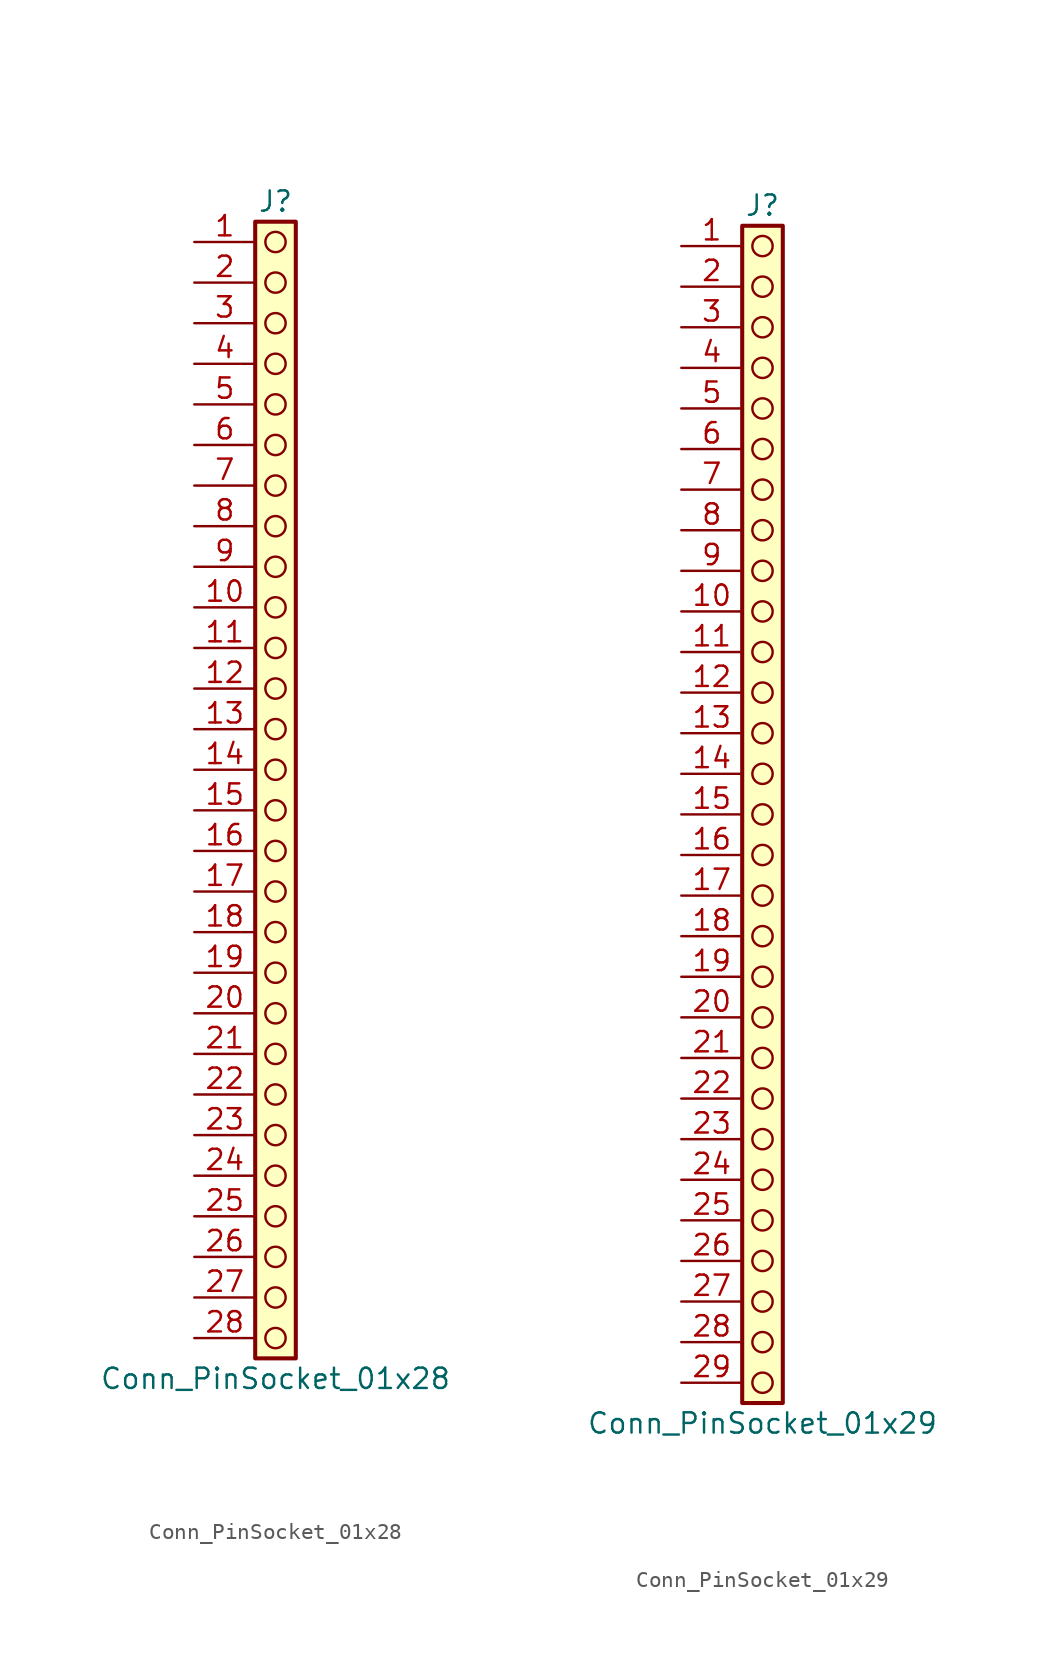
<source format=kicad_sym>
(kicad_symbol_lib
  (version 20241209)
  (generator "kicad_symbol_editor")
  (generator_version "9.0")
  (symbol "Conn_PinSocket_01x28"
    (pin_names
      (offset 1.016)
      (hide yes))
    (property "Reference" "J"
      (at 0 35.56 0)
      (effects (font (size 1.27 1.27))))
    (property "Value" "Conn_PinSocket_01x28"
      (at 0 -38.1 0)
      (effects (font (size 1.27 1.27))))
    (symbol "Conn_PinSocket_01x28_1_1"
      (rectangle (start -1.27 34.29) (end 1.27 -36.83) (stroke (width 0.254) (type default)) (fill (type background)))
      (circle (center 0 33.02) (radius 0.635) (stroke (width 0) (type solid) (color 132 0 0 1)) (fill (type none)))
      (circle (center 0 30.48) (radius 0.635) (stroke (width 0) (type solid) (color 132 0 0 1)) (fill (type none)))
      (circle (center 0 27.94) (radius 0.635) (stroke (width 0) (type solid) (color 132 0 0 1)) (fill (type none)))
      (circle (center 0 25.4) (radius 0.635) (stroke (width 0) (type solid) (color 132 0 0 1)) (fill (type none)))
      (circle (center 0 22.86) (radius 0.635) (stroke (width 0) (type solid) (color 132 0 0 1)) (fill (type none)))
      (circle (center 0 20.32) (radius 0.635) (stroke (width 0) (type solid) (color 132 0 0 1)) (fill (type none)))
      (circle (center 0 17.78) (radius 0.635) (stroke (width 0) (type solid) (color 132 0 0 1)) (fill (type none)))
      (circle (center 0 15.24) (radius 0.635) (stroke (width 0) (type solid) (color 132 0 0 1)) (fill (type none)))
      (circle (center 0 12.7) (radius 0.635) (stroke (width 0) (type solid) (color 132 0 0 1)) (fill (type none)))
      (circle (center 0 10.16) (radius 0.635) (stroke (width 0) (type solid) (color 132 0 0 1)) (fill (type none)))
      (circle (center 0 7.62) (radius 0.635) (stroke (width 0) (type solid) (color 132 0 0 1)) (fill (type none)))
      (circle (center 0 5.08) (radius 0.635) (stroke (width 0) (type solid) (color 132 0 0 1)) (fill (type none)))
      (circle (center 0 2.54) (radius 0.635) (stroke (width 0) (type solid) (color 132 0 0 1)) (fill (type none)))
      (circle (center 0 0) (radius 0.635) (stroke (width 0) (type solid) (color 132 0 0 1)) (fill (type none)))
      (circle (center 0 -2.54) (radius 0.635) (stroke (width 0) (type solid) (color 132 0 0 1)) (fill (type none)))
      (circle (center 0 -5.08) (radius 0.635) (stroke (width 0) (type solid) (color 132 0 0 1)) (fill (type none)))
      (circle (center 0 -7.62) (radius 0.635) (stroke (width 0) (type solid) (color 132 0 0 1)) (fill (type none)))
      (circle (center 0 -10.16) (radius 0.635) (stroke (width 0) (type solid) (color 132 0 0 1)) (fill (type none)))
      (circle (center 0 -12.7) (radius 0.635) (stroke (width 0) (type solid) (color 132 0 0 1)) (fill (type none)))
      (circle (center 0 -15.24) (radius 0.635) (stroke (width 0) (type solid) (color 132 0 0 1)) (fill (type none)))
      (circle (center 0 -17.78) (radius 0.635) (stroke (width 0) (type solid) (color 132 0 0 1)) (fill (type none)))
      (circle (center 0 -20.32) (radius 0.635) (stroke (width 0) (type solid) (color 132 0 0 1)) (fill (type none)))
      (circle (center 0 -22.86) (radius 0.635) (stroke (width 0) (type solid) (color 132 0 0 1)) (fill (type none)))
      (circle (center 0 -25.4) (radius 0.635) (stroke (width 0) (type solid) (color 132 0 0 1)) (fill (type none)))
      (circle (center 0 -27.94) (radius 0.635) (stroke (width 0) (type solid) (color 132 0 0 1)) (fill (type none)))
      (circle (center 0 -30.48) (radius 0.635) (stroke (width 0) (type solid) (color 132 0 0 1)) (fill (type none)))
      (circle (center 0 -33.02) (radius 0.635) (stroke (width 0) (type solid) (color 132 0 0 1)) (fill (type none)))
      (circle (center 0 -35.56) (radius 0.635) (stroke (width 0) (type solid) (color 132 0 0 1)) (fill (type none)))
      (pin passive line (at -5.08 33.02 0) (length 3.81) (name "Pin_1" (effects (font (size 1.27 1.27)))) (number "1" (effects (font (size 1.27 1.27)))))
      (pin passive line (at -5.08 30.48 0) (length 3.81) (name "Pin_2" (effects (font (size 1.27 1.27)))) (number "2" (effects (font (size 1.27 1.27)))))
      (pin passive line (at -5.08 27.94 0) (length 3.81) (name "Pin_3" (effects (font (size 1.27 1.27)))) (number "3" (effects (font (size 1.27 1.27)))))
      (pin passive line (at -5.08 25.4 0) (length 3.81) (name "Pin_4" (effects (font (size 1.27 1.27)))) (number "4" (effects (font (size 1.27 1.27)))))
      (pin passive line (at -5.08 22.86 0) (length 3.81) (name "Pin_5" (effects (font (size 1.27 1.27)))) (number "5" (effects (font (size 1.27 1.27)))))
      (pin passive line (at -5.08 20.32 0) (length 3.81) (name "Pin_6" (effects (font (size 1.27 1.27)))) (number "6" (effects (font (size 1.27 1.27)))))
      (pin passive line (at -5.08 17.78 0) (length 3.81) (name "Pin_7" (effects (font (size 1.27 1.27)))) (number "7" (effects (font (size 1.27 1.27)))))
      (pin passive line (at -5.08 15.24 0) (length 3.81) (name "Pin_8" (effects (font (size 1.27 1.27)))) (number "8" (effects (font (size 1.27 1.27)))))
      (pin passive line (at -5.08 12.7 0) (length 3.81) (name "Pin_9" (effects (font (size 1.27 1.27)))) (number "9" (effects (font (size 1.27 1.27)))))
      (pin passive line (at -5.08 10.16 0) (length 3.81) (name "Pin_10" (effects (font (size 1.27 1.27)))) (number "10" (effects (font (size 1.27 1.27)))))
      (pin passive line (at -5.08 7.62 0) (length 3.81) (name "Pin_11" (effects (font (size 1.27 1.27)))) (number "11" (effects (font (size 1.27 1.27)))))
      (pin passive line (at -5.08 5.08 0) (length 3.81) (name "Pin_12" (effects (font (size 1.27 1.27)))) (number "12" (effects (font (size 1.27 1.27)))))
      (pin passive line (at -5.08 2.54 0) (length 3.81) (name "Pin_13" (effects (font (size 1.27 1.27)))) (number "13" (effects (font (size 1.27 1.27)))))
      (pin passive line (at -5.08 0 0) (length 3.81) (name "Pin_14" (effects (font (size 1.27 1.27)))) (number "14" (effects (font (size 1.27 1.27)))))
      (pin passive line (at -5.08 -2.54 0) (length 3.81) (name "Pin_15" (effects (font (size 1.27 1.27)))) (number "15" (effects (font (size 1.27 1.27)))))
      (pin passive line (at -5.08 -5.08 0) (length 3.81) (name "Pin_16" (effects (font (size 1.27 1.27)))) (number "16" (effects (font (size 1.27 1.27)))))
      (pin passive line (at -5.08 -7.62 0) (length 3.81) (name "Pin_17" (effects (font (size 1.27 1.27)))) (number "17" (effects (font (size 1.27 1.27)))))
      (pin passive line (at -5.08 -10.16 0) (length 3.81) (name "Pin_18" (effects (font (size 1.27 1.27)))) (number "18" (effects (font (size 1.27 1.27)))))
      (pin passive line (at -5.08 -12.7 0) (length 3.81) (name "Pin_19" (effects (font (size 1.27 1.27)))) (number "19" (effects (font (size 1.27 1.27)))))
      (pin passive line (at -5.08 -15.24 0) (length 3.81) (name "Pin_20" (effects (font (size 1.27 1.27)))) (number "20" (effects (font (size 1.27 1.27)))))
      (pin passive line (at -5.08 -17.78 0) (length 3.81) (name "Pin_21" (effects (font (size 1.27 1.27)))) (number "21" (effects (font (size 1.27 1.27)))))
      (pin passive line (at -5.08 -20.32 0) (length 3.81) (name "Pin_22" (effects (font (size 1.27 1.27)))) (number "22" (effects (font (size 1.27 1.27)))))
      (pin passive line (at -5.08 -22.86 0) (length 3.81) (name "Pin_23" (effects (font (size 1.27 1.27)))) (number "23" (effects (font (size 1.27 1.27)))))
      (pin passive line (at -5.08 -25.4 0) (length 3.81) (name "Pin_24" (effects (font (size 1.27 1.27)))) (number "24" (effects (font (size 1.27 1.27)))))
      (pin passive line (at -5.08 -27.94 0) (length 3.81) (name "Pin_25" (effects (font (size 1.27 1.27)))) (number "25" (effects (font (size 1.27 1.27)))))
      (pin passive line (at -5.08 -30.48 0) (length 3.81) (name "Pin_26" (effects (font (size 1.27 1.27)))) (number "26" (effects (font (size 1.27 1.27)))))
      (pin passive line (at -5.08 -33.02 0) (length 3.81) (name "Pin_27" (effects (font (size 1.27 1.27)))) (number "27" (effects (font (size 1.27 1.27)))))
      (pin passive line (at -5.08 -35.56 0) (length 3.81) (name "Pin_28" (effects (font (size 1.27 1.27)))) (number "28" (effects (font (size 1.27 1.27)))))))
  (symbol "Conn_PinSocket_01x29"
    (pin_names
      (offset 1.016)
      (hide yes))
    (property "Reference" "J"
      (at 0 38.1 0)
      (effects (font (size 1.27 1.27))))
    (property "Value" "Conn_PinSocket_01x29"
      (at 0 -38.1 0)
      (effects (font (size 1.27 1.27))))
    (symbol "Conn_PinSocket_01x29_1_1"
      (rectangle (start -1.27 36.83) (end 1.27 -36.83) (stroke (width 0.254) (type default)) (fill (type background)))
      (circle (center 0 35.56) (radius 0.635) (stroke (width 0) (type solid) (color 132 0 0 1)) (fill (type none)))
      (circle (center 0 33.02) (radius 0.635) (stroke (width 0) (type solid) (color 132 0 0 1)) (fill (type none)))
      (circle (center 0 30.48) (radius 0.635) (stroke (width 0) (type solid) (color 132 0 0 1)) (fill (type none)))
      (circle (center 0 27.94) (radius 0.635) (stroke (width 0) (type solid) (color 132 0 0 1)) (fill (type none)))
      (circle (center 0 25.4) (radius 0.635) (stroke (width 0) (type solid) (color 132 0 0 1)) (fill (type none)))
      (circle (center 0 22.86) (radius 0.635) (stroke (width 0) (type solid) (color 132 0 0 1)) (fill (type none)))
      (circle (center 0 20.32) (radius 0.635) (stroke (width 0) (type solid) (color 132 0 0 1)) (fill (type none)))
      (circle (center 0 17.78) (radius 0.635) (stroke (width 0) (type solid) (color 132 0 0 1)) (fill (type none)))
      (circle (center 0 15.24) (radius 0.635) (stroke (width 0) (type solid) (color 132 0 0 1)) (fill (type none)))
      (circle (center 0 12.7) (radius 0.635) (stroke (width 0) (type solid) (color 132 0 0 1)) (fill (type none)))
      (circle (center 0 10.16) (radius 0.635) (stroke (width 0) (type solid) (color 132 0 0 1)) (fill (type none)))
      (circle (center 0 7.62) (radius 0.635) (stroke (width 0) (type solid) (color 132 0 0 1)) (fill (type none)))
      (circle (center 0 5.08) (radius 0.635) (stroke (width 0) (type solid) (color 132 0 0 1)) (fill (type none)))
      (circle (center 0 2.54) (radius 0.635) (stroke (width 0) (type solid) (color 132 0 0 1)) (fill (type none)))
      (circle (center 0 0) (radius 0.635) (stroke (width 0) (type solid) (color 132 0 0 1)) (fill (type none)))
      (circle (center 0 -2.54) (radius 0.635) (stroke (width 0) (type solid) (color 132 0 0 1)) (fill (type none)))
      (circle (center 0 -5.08) (radius 0.635) (stroke (width 0) (type solid) (color 132 0 0 1)) (fill (type none)))
      (circle (center 0 -7.62) (radius 0.635) (stroke (width 0) (type solid) (color 132 0 0 1)) (fill (type none)))
      (circle (center 0 -10.16) (radius 0.635) (stroke (width 0) (type solid) (color 132 0 0 1)) (fill (type none)))
      (circle (center 0 -12.7) (radius 0.635) (stroke (width 0) (type solid) (color 132 0 0 1)) (fill (type none)))
      (circle (center 0 -15.24) (radius 0.635) (stroke (width 0) (type solid) (color 132 0 0 1)) (fill (type none)))
      (circle (center 0 -17.78) (radius 0.635) (stroke (width 0) (type solid) (color 132 0 0 1)) (fill (type none)))
      (circle (center 0 -20.32) (radius 0.635) (stroke (width 0) (type solid) (color 132 0 0 1)) (fill (type none)))
      (circle (center 0 -22.86) (radius 0.635) (stroke (width 0) (type solid) (color 132 0 0 1)) (fill (type none)))
      (circle (center 0 -25.4) (radius 0.635) (stroke (width 0) (type solid) (color 132 0 0 1)) (fill (type none)))
      (circle (center 0 -27.94) (radius 0.635) (stroke (width 0) (type solid) (color 132 0 0 1)) (fill (type none)))
      (circle (center 0 -30.48) (radius 0.635) (stroke (width 0) (type solid) (color 132 0 0 1)) (fill (type none)))
      (circle (center 0 -33.02) (radius 0.635) (stroke (width 0) (type solid) (color 132 0 0 1)) (fill (type none)))
      (circle (center 0 -35.56) (radius 0.635) (stroke (width 0) (type solid) (color 132 0 0 1)) (fill (type none)))
      (pin passive line (at -5.08 35.56 0) (length 3.81) (name "Pin_1" (effects (font (size 1.27 1.27)))) (number "1" (effects (font (size 1.27 1.27)))))
      (pin passive line (at -5.08 33.02 0) (length 3.81) (name "Pin_2" (effects (font (size 1.27 1.27)))) (number "2" (effects (font (size 1.27 1.27)))))
      (pin passive line (at -5.08 30.48 0) (length 3.81) (name "Pin_3" (effects (font (size 1.27 1.27)))) (number "3" (effects (font (size 1.27 1.27)))))
      (pin passive line (at -5.08 27.94 0) (length 3.81) (name "Pin_4" (effects (font (size 1.27 1.27)))) (number "4" (effects (font (size 1.27 1.27)))))
      (pin passive line (at -5.08 25.4 0) (length 3.81) (name "Pin_5" (effects (font (size 1.27 1.27)))) (number "5" (effects (font (size 1.27 1.27)))))
      (pin passive line (at -5.08 22.86 0) (length 3.81) (name "Pin_6" (effects (font (size 1.27 1.27)))) (number "6" (effects (font (size 1.27 1.27)))))
      (pin passive line (at -5.08 20.32 0) (length 3.81) (name "Pin_7" (effects (font (size 1.27 1.27)))) (number "7" (effects (font (size 1.27 1.27)))))
      (pin passive line (at -5.08 17.78 0) (length 3.81) (name "Pin_8" (effects (font (size 1.27 1.27)))) (number "8" (effects (font (size 1.27 1.27)))))
      (pin passive line (at -5.08 15.24 0) (length 3.81) (name "Pin_9" (effects (font (size 1.27 1.27)))) (number "9" (effects (font (size 1.27 1.27)))))
      (pin passive line (at -5.08 12.7 0) (length 3.81) (name "Pin_10" (effects (font (size 1.27 1.27)))) (number "10" (effects (font (size 1.27 1.27)))))
      (pin passive line (at -5.08 10.16 0) (length 3.81) (name "Pin_11" (effects (font (size 1.27 1.27)))) (number "11" (effects (font (size 1.27 1.27)))))
      (pin passive line (at -5.08 7.62 0) (length 3.81) (name "Pin_12" (effects (font (size 1.27 1.27)))) (number "12" (effects (font (size 1.27 1.27)))))
      (pin passive line (at -5.08 5.08 0) (length 3.81) (name "Pin_13" (effects (font (size 1.27 1.27)))) (number "13" (effects (font (size 1.27 1.27)))))
      (pin passive line (at -5.08 2.54 0) (length 3.81) (name "Pin_14" (effects (font (size 1.27 1.27)))) (number "14" (effects (font (size 1.27 1.27)))))
      (pin passive line (at -5.08 0 0) (length 3.81) (name "Pin_15" (effects (font (size 1.27 1.27)))) (number "15" (effects (font (size 1.27 1.27)))))
      (pin passive line (at -5.08 -2.54 0) (length 3.81) (name "Pin_16" (effects (font (size 1.27 1.27)))) (number "16" (effects (font (size 1.27 1.27)))))
      (pin passive line (at -5.08 -5.08 0) (length 3.81) (name "Pin_17" (effects (font (size 1.27 1.27)))) (number "17" (effects (font (size 1.27 1.27)))))
      (pin passive line (at -5.08 -7.62 0) (length 3.81) (name "Pin_18" (effects (font (size 1.27 1.27)))) (number "18" (effects (font (size 1.27 1.27)))))
      (pin passive line (at -5.08 -10.16 0) (length 3.81) (name "Pin_19" (effects (font (size 1.27 1.27)))) (number "19" (effects (font (size 1.27 1.27)))))
      (pin passive line (at -5.08 -12.7 0) (length 3.81) (name "Pin_20" (effects (font (size 1.27 1.27)))) (number "20" (effects (font (size 1.27 1.27)))))
      (pin passive line (at -5.08 -15.24 0) (length 3.81) (name "Pin_21" (effects (font (size 1.27 1.27)))) (number "21" (effects (font (size 1.27 1.27)))))
      (pin passive line (at -5.08 -17.78 0) (length 3.81) (name "Pin_22" (effects (font (size 1.27 1.27)))) (number "22" (effects (font (size 1.27 1.27)))))
      (pin passive line (at -5.08 -20.32 0) (length 3.81) (name "Pin_23" (effects (font (size 1.27 1.27)))) (number "23" (effects (font (size 1.27 1.27)))))
      (pin passive line (at -5.08 -22.86 0) (length 3.81) (name "Pin_24" (effects (font (size 1.27 1.27)))) (number "24" (effects (font (size 1.27 1.27)))))
      (pin passive line (at -5.08 -25.4 0) (length 3.81) (name "Pin_25" (effects (font (size 1.27 1.27)))) (number "25" (effects (font (size 1.27 1.27)))))
      (pin passive line (at -5.08 -27.94 0) (length 3.81) (name "Pin_26" (effects (font (size 1.27 1.27)))) (number "26" (effects (font (size 1.27 1.27)))))
      (pin passive line (at -5.08 -30.48 0) (length 3.81) (name "Pin_27" (effects (font (size 1.27 1.27)))) (number "27" (effects (font (size 1.27 1.27)))))
      (pin passive line (at -5.08 -33.02 0) (length 3.81) (name "Pin_28" (effects (font (size 1.27 1.27)))) (number "28" (effects (font (size 1.27 1.27)))))
      (pin passive line (at -5.08 -35.56 0) (length 3.81) (name "Pin_29" (effects (font (size 1.27 1.27)))) (number "29" (effects (font (size 1.27 1.27))))))))
</source>
